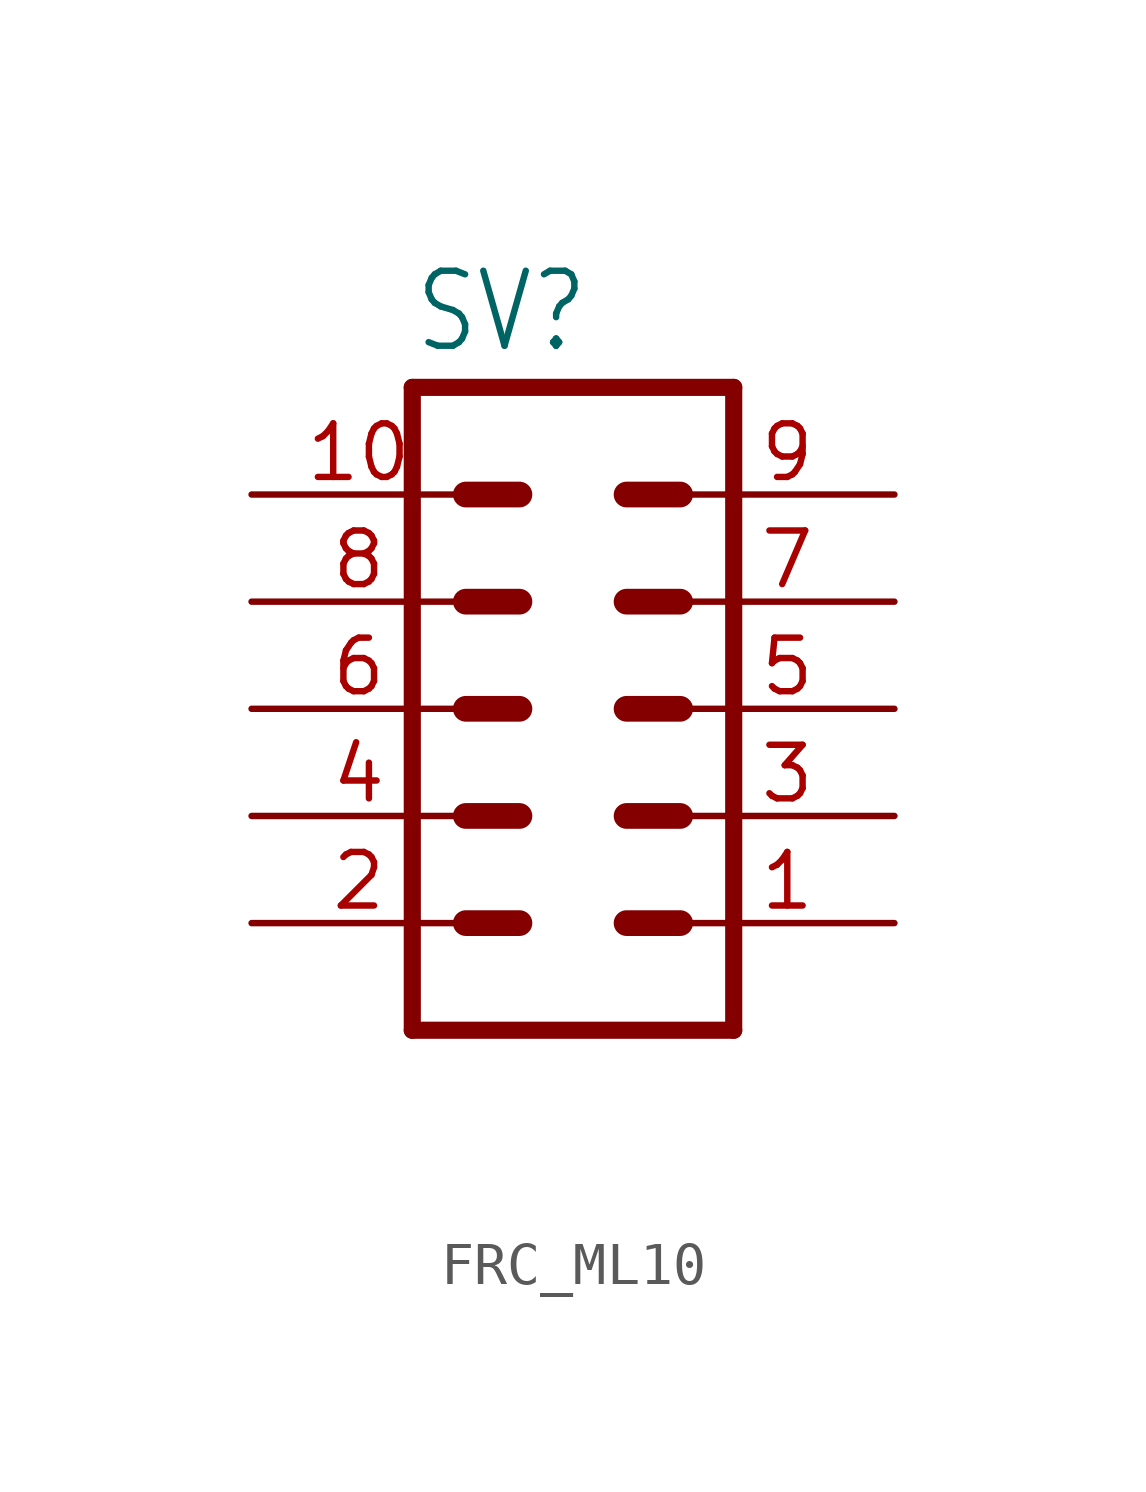
<source format=kicad_sym>
(kicad_symbol_lib
  (version 20220914)
  (generator kicad_symbol_editor)
  (symbol "FRC_ML10"
    (property "Reference" "SV"
      (at -3.81 8.382 0)
      (effects (font (size 1.778 1.511)) (justify left bottom)))
    (property "Value" ""
      (at -3.81 -10.16 0)
      (effects (font (size 1.778 1.511)) (justify left bottom)))
    (property "ki_locked" ""
      (at 0 0 0)
      (effects (font (size 1.27 1.27))))
    (symbol "FRC_ML10_1_0"
      (polyline (pts (xy -3.81 7.62) (xy -3.81 -7.62)) (stroke (width 0.406) (type solid)) (fill (type none)))
      (polyline (pts (xy -3.81 7.62) (xy 3.81 7.62)) (stroke (width 0.406) (type solid)) (fill (type none)))
      (polyline (pts (xy -2.54 -5.08) (xy -1.27 -5.08)) (stroke (width 0.61) (type solid)) (fill (type none)))
      (polyline (pts (xy -2.54 -2.54) (xy -1.27 -2.54)) (stroke (width 0.61) (type solid)) (fill (type none)))
      (polyline (pts (xy -2.54 0) (xy -1.27 0)) (stroke (width 0.61) (type solid)) (fill (type none)))
      (polyline (pts (xy -2.54 2.54) (xy -1.27 2.54)) (stroke (width 0.61) (type solid)) (fill (type none)))
      (polyline (pts (xy -2.54 5.08) (xy -1.27 5.08)) (stroke (width 0.61) (type solid)) (fill (type none)))
      (polyline (pts (xy 1.27 -5.08) (xy 2.54 -5.08)) (stroke (width 0.61) (type solid)) (fill (type none)))
      (polyline (pts (xy 1.27 -2.54) (xy 2.54 -2.54)) (stroke (width 0.61) (type solid)) (fill (type none)))
      (polyline (pts (xy 1.27 0) (xy 2.54 0)) (stroke (width 0.61) (type solid)) (fill (type none)))
      (polyline (pts (xy 1.27 2.54) (xy 2.54 2.54)) (stroke (width 0.61) (type solid)) (fill (type none)))
      (polyline (pts (xy 1.27 5.08) (xy 2.54 5.08)) (stroke (width 0.61) (type solid)) (fill (type none)))
      (polyline (pts (xy 3.81 -7.62) (xy -3.81 -7.62)) (stroke (width 0.406) (type solid)) (fill (type none)))
      (polyline (pts (xy 3.81 -7.62) (xy 3.81 7.62)) (stroke (width 0.406) (type solid)) (fill (type none)))
      (pin passive line (at 7.62 -5.08 180) (length 5.08) (name "1" (effects (font (size 0 0)))) (number "1" (effects (font (size 1.27 1.27)))))
      (pin passive line (at -7.62 5.08 0) (length 5.08) (name "10" (effects (font (size 0 0)))) (number "10" (effects (font (size 1.27 1.27)))))
      (pin passive line (at -7.62 -5.08 0) (length 5.08) (name "2" (effects (font (size 0 0)))) (number "2" (effects (font (size 1.27 1.27)))))
      (pin passive line (at 7.62 -2.54 180) (length 5.08) (name "3" (effects (font (size 0 0)))) (number "3" (effects (font (size 1.27 1.27)))))
      (pin passive line (at -7.62 -2.54 0) (length 5.08) (name "4" (effects (font (size 0 0)))) (number "4" (effects (font (size 1.27 1.27)))))
      (pin passive line (at 7.62 0 180) (length 5.08) (name "5" (effects (font (size 0 0)))) (number "5" (effects (font (size 1.27 1.27)))))
      (pin passive line (at -7.62 0 0) (length 5.08) (name "6" (effects (font (size 0 0)))) (number "6" (effects (font (size 1.27 1.27)))))
      (pin passive line (at 7.62 2.54 180) (length 5.08) (name "7" (effects (font (size 0 0)))) (number "7" (effects (font (size 1.27 1.27)))))
      (pin passive line (at -7.62 2.54 0) (length 5.08) (name "8" (effects (font (size 0 0)))) (number "8" (effects (font (size 1.27 1.27)))))
      (pin passive line (at 7.62 5.08 180) (length 5.08) (name "9" (effects (font (size 0 0)))) (number "9" (effects (font (size 1.27 1.27))))))))
</source>
